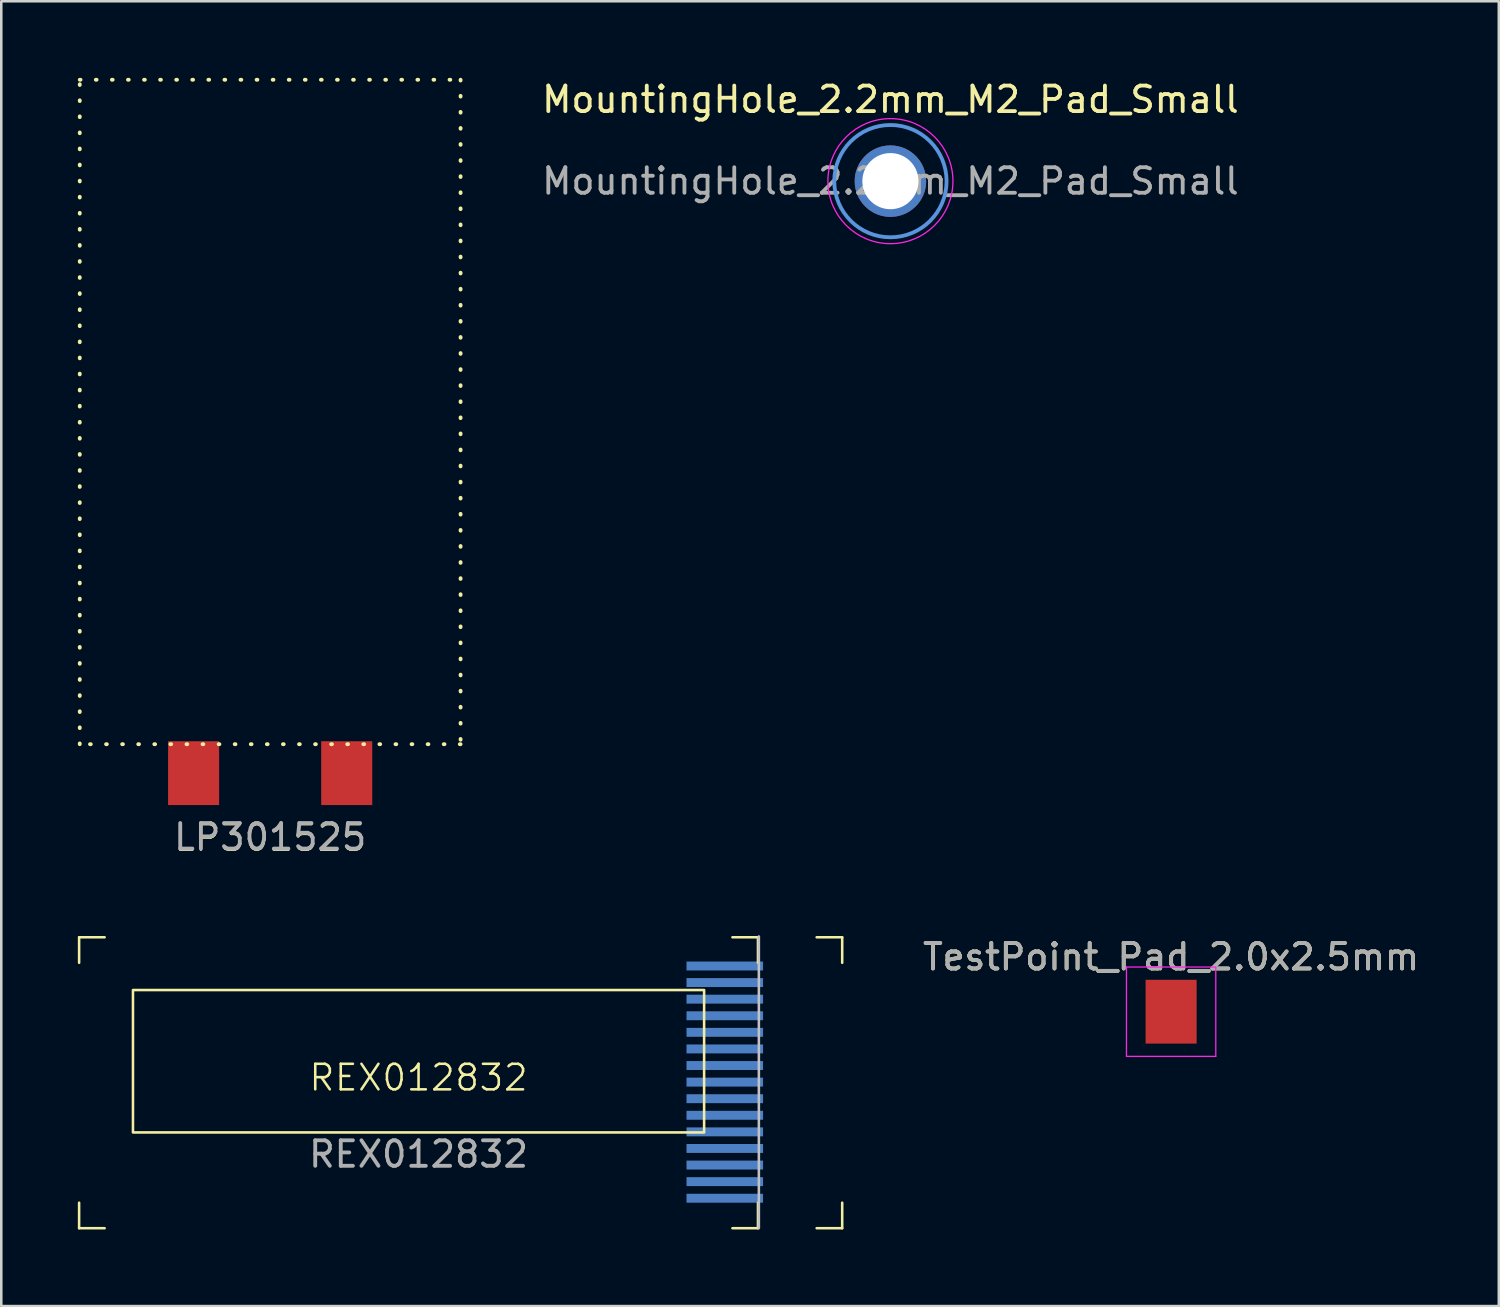
<source format=kicad_pcb>
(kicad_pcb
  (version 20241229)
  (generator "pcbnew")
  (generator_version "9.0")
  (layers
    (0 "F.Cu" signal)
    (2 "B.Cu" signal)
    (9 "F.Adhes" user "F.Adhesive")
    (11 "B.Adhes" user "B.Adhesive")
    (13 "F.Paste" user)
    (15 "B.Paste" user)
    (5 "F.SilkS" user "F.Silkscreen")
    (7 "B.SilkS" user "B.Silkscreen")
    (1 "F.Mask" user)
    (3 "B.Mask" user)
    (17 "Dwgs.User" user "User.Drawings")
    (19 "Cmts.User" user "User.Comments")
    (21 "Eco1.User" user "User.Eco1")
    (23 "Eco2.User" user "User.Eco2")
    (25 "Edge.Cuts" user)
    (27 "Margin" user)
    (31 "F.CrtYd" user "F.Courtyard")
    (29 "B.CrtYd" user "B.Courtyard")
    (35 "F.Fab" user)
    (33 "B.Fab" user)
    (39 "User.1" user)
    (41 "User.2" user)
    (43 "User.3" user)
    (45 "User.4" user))
  (footprint "LP301525"
    (layer "F.Cu")
    (at 7.536 27.245)
    (property "Reference" "LP301525" (at 0 2.54 0) (unlocked yes) (layer "F.SilkS") (effects (font (size 1 1) (thickness 0.1))))
    (attr smd)
    (fp_rect (start -7.461 -27.17) (end 7.461 -1.135) (stroke (width 0.15) (type dot)) (fill no) (layer "F.SilkS"))
    (fp_text user "${REFERENCE}" (at 0 2.5 0) (unlocked yes) (layer "F.Fab") (effects (font (size 1 1) (thickness 0.15))))
    (pad "1" smd rect (at -3 0) (size 2 2.5) (layers "F.Cu" "F.Mask" "F.Paste"))
    (pad "2" smd rect (at 3 0) (size 2 2.5) (layers "F.Cu" "F.Mask" "F.Paste")))
  (footprint "REX012832"
    (layer "F.Cu")
    (at 13.35 39.676)
    (property "Reference" "REX012832" (at 0 -0.5 0) (unlocked yes) (layer "F.SilkS") (effects (font (size 1 1) (thickness 0.1))))
    (attr smd)
    (fp_line (start -13.3 -6) (end -12.3 -6) (stroke (width 0.1) (type default)) (layer "F.SilkS"))
    (fp_line (start -13.3 -5) (end -13.3 -6) (stroke (width 0.1) (type default)) (layer "F.SilkS"))
    (fp_line (start -13.3 4.4) (end -13.3 5.4) (stroke (width 0.1) (type default)) (layer "F.SilkS"))
    (fp_line (start -13.3 5.4) (end -12.3 5.4) (stroke (width 0.1) (type default)) (layer "F.SilkS"))
    (fp_line (start 13.3 -6) (end 12.3 -6) (stroke (width 0.1) (type default)) (layer "F.SilkS"))
    (fp_line (start 13.3 -5) (end 13.3 -6) (stroke (width 0.1) (type default)) (layer "F.SilkS"))
    (fp_line (start 13.3 4.4) (end 13.3 5.4) (stroke (width 0.1) (type default)) (layer "F.SilkS"))
    (fp_line (start 13.3 5.4) (end 12.3 5.4) (stroke (width 0.1) (type default)) (layer "F.SilkS"))
    (fp_line (start 15.6 5.4) (end 16.6 5.4) (stroke (width 0.1) (type default)) (layer "F.SilkS"))
    (fp_line (start 16.6 -6) (end 15.6 -6) (stroke (width 0.1) (type default)) (layer "F.SilkS"))
    (fp_line (start 16.6 -5) (end 16.6 -6) (stroke (width 0.1) (type default)) (layer "F.SilkS"))
    (fp_line (start 16.6 5.4) (end 16.6 4.4) (stroke (width 0.1) (type default)) (layer "F.SilkS"))
    (fp_rect (start -11.19 -3.933) (end 11.19 1.647) (stroke (width 0.1) (type default)) (fill no) (layer "F.SilkS"))
    (fp_line (start 13.335 -6.032) (end 13.335 5.397) (stroke (width 0.1) (type default)) (layer "Dwgs.User"))
    (fp_text user "${REFERENCE}" (at 0 2.5 0) (unlocked yes) (layer "F.Fab") (effects (font (size 1 1) (thickness 0.15))))
    (pad "1" smd rect (at 12 4.225) (size 3 0.35) (layers "B.Cu" "B.Mask" "B.Paste"))
    (pad "2" smd rect (at 12 3.575) (size 3 0.35) (layers "B.Cu" "B.Mask" "B.Paste"))
    (pad "3" smd rect (at 12 2.925) (size 3 0.35) (layers "B.Cu" "B.Mask" "B.Paste"))
    (pad "4" smd rect (at 12 2.275) (size 3 0.35) (layers "B.Cu" "B.Mask" "B.Paste"))
    (pad "5" smd rect (at 12 1.625) (size 3 0.35) (layers "B.Cu" "B.Mask" "B.Paste"))
    (pad "6" smd rect (at 12 0.975) (size 3 0.35) (layers "B.Cu" "B.Mask" "B.Paste"))
    (pad "7" smd rect (at 12 0.325) (size 3 0.35) (layers "B.Cu" "B.Mask" "B.Paste"))
    (pad "8" smd rect (at 12 -0.325) (size 3 0.35) (layers "B.Cu" "B.Mask" "B.Paste"))
    (pad "9" smd rect (at 12 -0.975) (size 3 0.35) (layers "B.Cu" "B.Mask" "B.Paste"))
    (pad "10" smd rect (at 12 -1.625) (size 3 0.35) (layers "B.Cu" "B.Mask" "B.Paste"))
    (pad "11" smd rect (at 12 -2.275) (size 3 0.35) (layers "B.Cu" "B.Mask" "B.Paste"))
    (pad "12" smd rect (at 12 -2.925) (size 3 0.35) (layers "B.Cu" "B.Mask" "B.Paste"))
    (pad "13" smd rect (at 12 -3.575) (size 3 0.35) (layers "B.Cu" "B.Mask" "B.Paste"))
    (pad "14" smd rect (at 12 -4.225) (size 3 0.35) (layers "B.Cu" "B.Mask" "B.Paste"))
    (pad "15" smd rect (at 12 -4.875) (size 3 0.35) (layers "B.Cu" "B.Mask" "B.Paste")))
  (footprint "TestPoint_Pad_2.0x2.5mm"
    (layer "F.Cu")
    (at 42.839 36.592)
    (property "Reference" "TestPoint_Pad_2.0x2.5mm" (at 0 -2.148 0) (layer "F.SilkS") (effects (font (size 1 1) (thickness 0.15))))
    (attr exclude_from_pos_files exclude_from_bom)
    (fp_line (start -1.75 -1.75) (end -1.75 1.75) (stroke (width 0.05) (type solid)) (layer "F.CrtYd"))
    (fp_line (start -1.75 -1.75) (end 1.75 -1.75) (stroke (width 0.05) (type solid)) (layer "F.CrtYd"))
    (fp_line (start 1.75 1.75) (end -1.75 1.75) (stroke (width 0.05) (type solid)) (layer "F.CrtYd"))
    (fp_line (start 1.75 1.75) (end 1.75 -1.75) (stroke (width 0.05) (type solid)) (layer "F.CrtYd"))
    (fp_text user "${REFERENCE}" (at 0 -2.15 0) (layer "F.Fab") (effects (font (size 1 1) (thickness 0.15))))
    (pad "1" smd rect (at 0 0) (size 2 2.5) (layers "F.Cu" "F.Mask")))
  (footprint "MountingHole_2.2mm_M2_Pad_Small"
    (layer "F.Cu")
    (at 31.84 4.048)
    (property "Reference" "MountingHole_2.2mm_M2_Pad_Small" (at 0 -3.2 0) (layer "F.SilkS") (effects (font (size 1 1) (thickness 0.15))))
    (attr exclude_from_pos_files exclude_from_bom)
    (fp_circle (center 0 0) (end 2.2 0) (stroke (width 0.15) (type solid)) (fill no) (layer "Cmts.User"))
    (fp_circle (center 0 0) (end 2.45 0) (stroke (width 0.05) (type solid)) (fill no) (layer "F.CrtYd"))
    (fp_text user "${REFERENCE}" (at 0 0 0) (layer "F.Fab") (effects (font (size 1 1) (thickness 0.15))))
    (pad "1" thru_hole circle (at 0 0) (size 2.8 2.8) (drill 2.2) (layers "*.Cu" "*.Mask")))
  (gr_rect
    (start -3 -3)
    (end 55.679 48.126)
    (stroke (width 0.1) (type default))
    (fill no)
    (layer "Edge.Cuts")))
</source>
